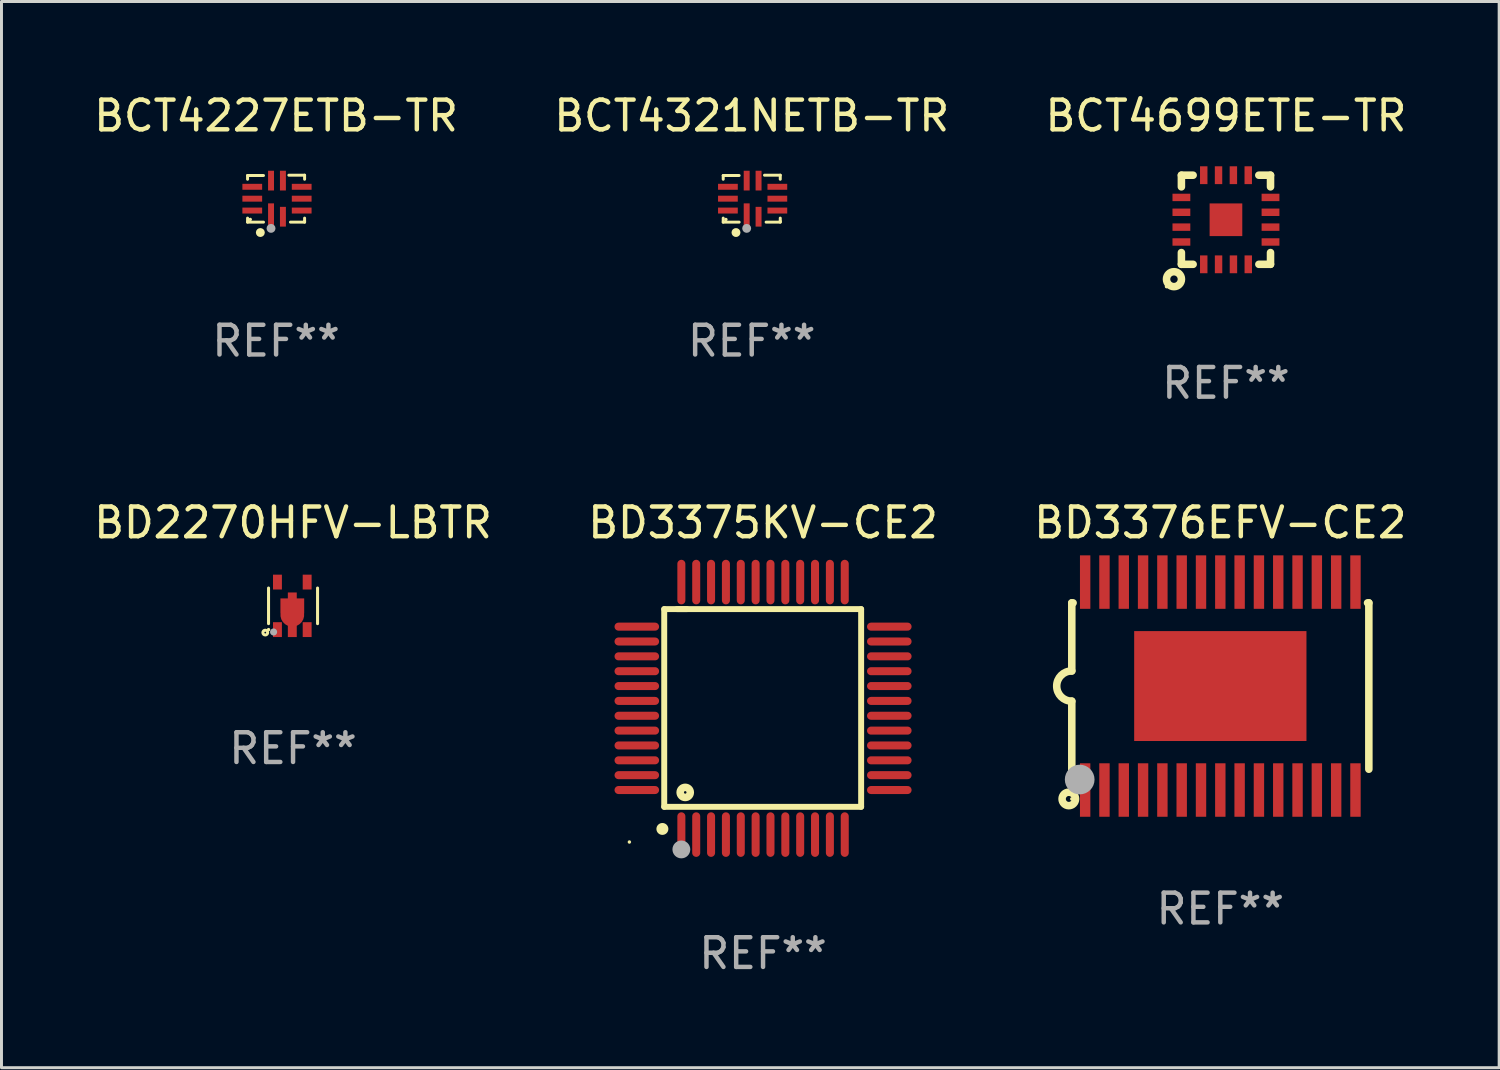
<source format=kicad_pcb>
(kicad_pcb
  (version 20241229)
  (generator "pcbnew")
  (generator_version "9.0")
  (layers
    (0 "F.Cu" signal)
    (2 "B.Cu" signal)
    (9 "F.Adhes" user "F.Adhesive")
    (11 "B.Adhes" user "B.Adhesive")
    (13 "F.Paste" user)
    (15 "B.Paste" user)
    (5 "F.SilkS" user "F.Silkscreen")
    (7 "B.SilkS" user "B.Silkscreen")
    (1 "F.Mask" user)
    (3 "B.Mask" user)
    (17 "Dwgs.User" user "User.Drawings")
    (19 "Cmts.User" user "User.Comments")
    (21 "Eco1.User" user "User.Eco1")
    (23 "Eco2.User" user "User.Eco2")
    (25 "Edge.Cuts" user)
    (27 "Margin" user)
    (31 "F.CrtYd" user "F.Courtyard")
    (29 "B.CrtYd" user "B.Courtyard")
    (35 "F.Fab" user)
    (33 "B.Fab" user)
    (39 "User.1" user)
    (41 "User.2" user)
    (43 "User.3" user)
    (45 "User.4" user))
  (footprint "BCT4321NETB-TR"
    (layer "F.Cu")
    (at 22.256 3.638)
    (property "Reference" "BCT4321NETB-TR" (at 0 -2.79 0) (layer "F.SilkS") (effects (font (size 1 1) (thickness 0.15))))
    (attr through_hole)
    (fp_line (start -0.96 -0.78) (end -0.424 -0.78) (stroke (width 0.1) (type solid)) (layer "F.SilkS"))
    (fp_line (start -0.96 -0.654) (end -0.96 -0.78) (stroke (width 0.1) (type solid)) (layer "F.SilkS"))
    (fp_line (start -0.96 0.79) (end -0.96 0.654) (stroke (width 0.1) (type solid)) (layer "F.SilkS"))
    (fp_line (start -0.424 0.79) (end -0.96 0.79) (stroke (width 0.1) (type solid)) (layer "F.SilkS"))
    (fp_line (start 0.43 -0.79) (end 0.96 -0.79) (stroke (width 0.1) (type solid)) (layer "F.SilkS"))
    (fp_line (start 0.96 -0.79) (end 0.96 -0.654) (stroke (width 0.1) (type solid)) (layer "F.SilkS"))
    (fp_line (start 0.96 0.654) (end 0.96 0.76) (stroke (width 0.1) (type solid)) (layer "F.SilkS"))
    (fp_line (start 0.96 0.76) (end 0.96 0.79) (stroke (width 0.1) (type solid)) (layer "F.SilkS"))
    (fp_line (start 0.96 0.79) (end 0.484 0.79) (stroke (width 0.1) (type solid)) (layer "F.SilkS"))
    (fp_circle (center -0.87 0.7) (end -0.84 0.7) (stroke (width 0.06) (type solid)) (fill no) (layer "F.SilkS"))
    (fp_circle (center -0.53 1.14) (end -0.455 1.14) (stroke (width 0.15) (type solid)) (fill no) (layer "F.SilkS"))
    (fp_circle (center -0.17 1) (end -0.095 1) (stroke (width 0.15) (type solid)) (fill no) (layer "F.Fab"))
    (fp_text user "REF**" (at 0 4.79 0) (layer "F.Fab") (effects (font (size 1 1) (thickness 0.15))))
    (pad "1" smd rect (at -0.17 0.608) (size 0.2 0.9) (layers "F.Cu" "F.Mask" "F.Paste"))
    (pad "2" smd rect (at 0.23 0.608) (size 0.2 0.665) (layers "F.Cu" "F.Mask" "F.Paste"))
    (pad "3" smd rect (at 0.862 0.4) (size 0.665 0.2) (layers "F.Cu" "F.Mask" "F.Paste"))
    (pad "4" smd rect (at 0.862 0) (size 0.665 0.2) (layers "F.Cu" "F.Mask" "F.Paste"))
    (pad "5" smd rect (at 0.862 -0.4) (size 0.665 0.2) (layers "F.Cu" "F.Mask" "F.Paste"))
    (pad "6" smd rect (at 0.23 -0.608) (size 0.2 0.665) (layers "F.Cu" "F.Mask" "F.Paste"))
    (pad "7" smd rect (at -0.17 -0.608) (size 0.2 0.665) (layers "F.Cu" "F.Mask" "F.Paste"))
    (pad "8" smd rect (at -0.802 -0.4) (size 0.665 0.2) (layers "F.Cu" "F.Mask" "F.Paste"))
    (pad "9" smd rect (at -0.802 0) (size 0.665 0.2) (layers "F.Cu" "F.Mask" "F.Paste"))
    (pad "10" smd rect (at -0.802 0.4) (size 0.665 0.2) (layers "F.Cu" "F.Mask" "F.Paste")))
  (footprint "BCT4699ETE-TR"
    (layer "F.Cu")
    (at 38.22 4.348)
    (property "Reference" "BCT4699ETE-TR" (at 0 -3.5 0) (layer "F.SilkS") (effects (font (size 1 1) (thickness 0.15))))
    (attr through_hole)
    (fp_line (start -1.5 -1.5) (end -1.5 -1.108) (stroke (width 0.254) (type solid)) (layer "F.SilkS"))
    (fp_line (start -1.5 -1.5) (end -1.105 -1.5) (stroke (width 0.254) (type solid)) (layer "F.SilkS"))
    (fp_line (start -1.5 1.104) (end -1.5 1.5) (stroke (width 0.254) (type solid)) (layer "F.SilkS"))
    (fp_line (start -1.5 1.5) (end -1.105 1.5) (stroke (width 0.254) (type solid)) (layer "F.SilkS"))
    (fp_line (start 1.106 -1.5) (end 1.5 -1.5) (stroke (width 0.254) (type solid)) (layer "F.SilkS"))
    (fp_line (start 1.108 1.5) (end 1.5 1.5) (stroke (width 0.254) (type solid)) (layer "F.SilkS"))
    (fp_line (start 1.5 -1.108) (end 1.5 -1.5) (stroke (width 0.254) (type solid)) (layer "F.SilkS"))
    (fp_line (start 1.5 1.5) (end 1.5 1.104) (stroke (width 0.254) (type solid)) (layer "F.SilkS"))
    (fp_circle (center -2.002 2.252) (end -1.972 2.252) (stroke (width 0.06) (type solid)) (fill no) (layer "F.SilkS"))
    (fp_circle (center -1.75 2) (end -1.625 2) (stroke (width 0.254) (type solid)) (fill no) (layer "F.SilkS"))
    (fp_text user "REF**" (at 0 5.5 0) (layer "F.Fab") (effects (font (size 1 1) (thickness 0.15))))
    (pad "1" smd rect (at -0.748 1.5 180) (size 0.25 0.6) (layers "F.Cu" "F.Mask" "F.Paste"))
    (pad "2" smd rect (at -0.249 1.5 180) (size 0.25 0.6) (layers "F.Cu" "F.Mask" "F.Paste"))
    (pad "3" smd rect (at 0.252 1.5 180) (size 0.25 0.6) (layers "F.Cu" "F.Mask" "F.Paste"))
    (pad "4" smd rect (at 0.751 1.5 180) (size 0.25 0.6) (layers "F.Cu" "F.Mask" "F.Paste"))
    (pad "5" smd rect (at 1.5 0.748 270) (size 0.25 0.6) (layers "F.Cu" "F.Mask" "F.Paste"))
    (pad "6" smd rect (at 1.5 0.248 270) (size 0.25 0.6) (layers "F.Cu" "F.Mask" "F.Paste"))
    (pad "7" smd rect (at 1.5 -0.252 270) (size 0.25 0.6) (layers "F.Cu" "F.Mask" "F.Paste"))
    (pad "8" smd rect (at 1.5 -0.752 270) (size 0.25 0.6) (layers "F.Cu" "F.Mask" "F.Paste"))
    (pad "9" smd rect (at 0.75 -1.5) (size 0.25 0.6) (layers "F.Cu" "F.Mask" "F.Paste"))
    (pad "10" smd rect (at 0.25 -1.5) (size 0.25 0.6) (layers "F.Cu" "F.Mask" "F.Paste"))
    (pad "11" smd rect (at -0.25 -1.5) (size 0.25 0.6) (layers "F.Cu" "F.Mask" "F.Paste"))
    (pad "12" smd rect (at -0.748 -1.5) (size 0.25 0.6) (layers "F.Cu" "F.Mask" "F.Paste"))
    (pad "13" smd rect (at -1.5 -0.752 90) (size 0.25 0.6) (layers "F.Cu" "F.Mask" "F.Paste"))
    (pad "14" smd rect (at -1.5 -0.252 90) (size 0.25 0.6) (layers "F.Cu" "F.Mask" "F.Paste"))
    (pad "15" smd rect (at -1.5 0.248 90) (size 0.25 0.6) (layers "F.Cu" "F.Mask" "F.Paste"))
    (pad "16" smd rect (at -1.5 0.748 90) (size 0.25 0.6) (layers "F.Cu" "F.Mask" "F.Paste"))
    (pad "17" smd rect (at -0.000191 -0.000051 90) (size 1.1 1.1) (layers "F.Cu" "F.Mask" "F.Paste")))
  (footprint "BCT4227ETB-TR"
    (layer "F.Cu")
    (at 6.244 3.638)
    (property "Reference" "BCT4227ETB-TR" (at 0 -2.79 0) (layer "F.SilkS") (effects (font (size 1 1) (thickness 0.15))))
    (attr through_hole)
    (fp_line (start -0.96 -0.78) (end -0.424 -0.78) (stroke (width 0.1) (type solid)) (layer "F.SilkS"))
    (fp_line (start -0.96 -0.654) (end -0.96 -0.78) (stroke (width 0.1) (type solid)) (layer "F.SilkS"))
    (fp_line (start -0.96 0.79) (end -0.96 0.654) (stroke (width 0.1) (type solid)) (layer "F.SilkS"))
    (fp_line (start -0.424 0.79) (end -0.96 0.79) (stroke (width 0.1) (type solid)) (layer "F.SilkS"))
    (fp_line (start 0.43 -0.79) (end 0.96 -0.79) (stroke (width 0.1) (type solid)) (layer "F.SilkS"))
    (fp_line (start 0.96 -0.79) (end 0.96 -0.654) (stroke (width 0.1) (type solid)) (layer "F.SilkS"))
    (fp_line (start 0.96 0.654) (end 0.96 0.76) (stroke (width 0.1) (type solid)) (layer "F.SilkS"))
    (fp_line (start 0.96 0.76) (end 0.96 0.79) (stroke (width 0.1) (type solid)) (layer "F.SilkS"))
    (fp_line (start 0.96 0.79) (end 0.484 0.79) (stroke (width 0.1) (type solid)) (layer "F.SilkS"))
    (fp_circle (center -0.87 0.7) (end -0.84 0.7) (stroke (width 0.06) (type solid)) (fill no) (layer "F.SilkS"))
    (fp_circle (center -0.53 1.14) (end -0.455 1.14) (stroke (width 0.15) (type solid)) (fill no) (layer "F.SilkS"))
    (fp_circle (center -0.17 1) (end -0.095 1) (stroke (width 0.15) (type solid)) (fill no) (layer "F.Fab"))
    (fp_text user "REF**" (at 0 4.79 0) (layer "F.Fab") (effects (font (size 1 1) (thickness 0.15))))
    (pad "1" smd rect (at -0.17 0.608) (size 0.2 0.9) (layers "F.Cu" "F.Mask" "F.Paste"))
    (pad "2" smd rect (at 0.23 0.608) (size 0.2 0.665) (layers "F.Cu" "F.Mask" "F.Paste"))
    (pad "3" smd rect (at 0.862 0.4) (size 0.665 0.2) (layers "F.Cu" "F.Mask" "F.Paste"))
    (pad "4" smd rect (at 0.862 0) (size 0.665 0.2) (layers "F.Cu" "F.Mask" "F.Paste"))
    (pad "5" smd rect (at 0.862 -0.4) (size 0.665 0.2) (layers "F.Cu" "F.Mask" "F.Paste"))
    (pad "6" smd rect (at 0.23 -0.608) (size 0.2 0.665) (layers "F.Cu" "F.Mask" "F.Paste"))
    (pad "7" smd rect (at -0.17 -0.608) (size 0.2 0.665) (layers "F.Cu" "F.Mask" "F.Paste"))
    (pad "8" smd rect (at -0.802 -0.4) (size 0.665 0.2) (layers "F.Cu" "F.Mask" "F.Paste"))
    (pad "9" smd rect (at -0.802 0) (size 0.665 0.2) (layers "F.Cu" "F.Mask" "F.Paste"))
    (pad "10" smd rect (at -0.802 0.4) (size 0.665 0.2) (layers "F.Cu" "F.Mask" "F.Paste")))
  (footprint "BD3376EFV-CE2"
    (layer "F.Cu")
    (at 38.03 20.045)
    (property "Reference" "BD3376EFV-CE2" (at 0 -5.5 0) (layer "F.SilkS") (effects (font (size 1 1) (thickness 0.15))))
    (attr through_hole)
    (fp_line (start -5 -2.8) (end -5 -0.508) (stroke (width 0.254) (type solid)) (layer "F.SilkS"))
    (fp_line (start -5 -2.8) (end -4.956 -2.8) (stroke (width 0.254) (type solid)) (layer "F.SilkS"))
    (fp_line (start -5 2.8) (end -5 0.508) (stroke (width 0.254) (type solid)) (layer "F.SilkS"))
    (fp_line (start -5 2.8) (end -4.956 2.8) (stroke (width 0.254) (type solid)) (layer "F.SilkS"))
    (fp_line (start 4.956 -2.8) (end 5 -2.8) (stroke (width 0.254) (type solid)) (layer "F.SilkS"))
    (fp_line (start 5 -2.8) (end 5 2.8) (stroke (width 0.254) (type solid)) (layer "F.SilkS"))
    (fp_arc (start -5 0.507874) (mid -5.50762 -0.000318) (end -4.999619 -0.508128) (stroke (width 0.254001) (type solid)) (layer "F.SilkS"))
    (fp_circle (center -5.1 3.8) (end -5 3.8) (stroke (width 0.254) (type solid)) (fill no) (layer "F.SilkS"))
    (fp_circle (center -5 3.8) (end -4.97 3.8) (stroke (width 0.06) (type solid)) (fill no) (layer "F.SilkS"))
    (fp_circle (center -4.734 3.147) (end -4.484 3.147) (stroke (width 0.5) (type solid)) (fill no) (layer "F.Fab"))
    (fp_text user "REF**" (at 0 7.5 0) (layer "F.Fab") (effects (font (size 1 1) (thickness 0.15))))
    (pad "1" smd rect (at -4.55 3.5) (size 0.35 1.8) (layers "F.Cu" "F.Mask" "F.Paste"))
    (pad "2" smd rect (at -3.9 3.5) (size 0.35 1.8) (layers "F.Cu" "F.Mask" "F.Paste"))
    (pad "3" smd rect (at -3.25 3.5) (size 0.35 1.8) (layers "F.Cu" "F.Mask" "F.Paste"))
    (pad "4" smd rect (at -2.6 3.5) (size 0.35 1.8) (layers "F.Cu" "F.Mask" "F.Paste"))
    (pad "5" smd rect (at -1.95 3.5) (size 0.35 1.8) (layers "F.Cu" "F.Mask" "F.Paste"))
    (pad "6" smd rect (at -1.3 3.5) (size 0.35 1.8) (layers "F.Cu" "F.Mask" "F.Paste"))
    (pad "7" smd rect (at -0.65 3.5) (size 0.35 1.8) (layers "F.Cu" "F.Mask" "F.Paste"))
    (pad "8" smd rect (at -0.000127 3.5) (size 0.35 1.8) (layers "F.Cu" "F.Mask" "F.Paste"))
    (pad "9" smd rect (at 0.65 3.5) (size 0.35 1.8) (layers "F.Cu" "F.Mask" "F.Paste"))
    (pad "10" smd rect (at 1.3 3.5) (size 0.35 1.8) (layers "F.Cu" "F.Mask" "F.Paste"))
    (pad "11" smd rect (at 1.95 3.5) (size 0.35 1.8) (layers "F.Cu" "F.Mask" "F.Paste"))
    (pad "12" smd rect (at 2.6 3.5) (size 0.35 1.8) (layers "F.Cu" "F.Mask" "F.Paste"))
    (pad "13" smd rect (at 3.25 3.5) (size 0.35 1.8) (layers "F.Cu" "F.Mask" "F.Paste"))
    (pad "14" smd rect (at 3.9 3.5) (size 0.35 1.8) (layers "F.Cu" "F.Mask" "F.Paste"))
    (pad "15" smd rect (at 4.55 3.5) (size 0.35 1.8) (layers "F.Cu" "F.Mask" "F.Paste"))
    (pad "16" smd rect (at 4.55 -3.5) (size 0.35 1.8) (layers "F.Cu" "F.Mask" "F.Paste"))
    (pad "17" smd rect (at 3.9 -3.5) (size 0.35 1.8) (layers "F.Cu" "F.Mask" "F.Paste"))
    (pad "18" smd rect (at 3.25 -3.5) (size 0.35 1.8) (layers "F.Cu" "F.Mask" "F.Paste"))
    (pad "19" smd rect (at 2.6 -3.5) (size 0.35 1.8) (layers "F.Cu" "F.Mask" "F.Paste"))
    (pad "20" smd rect (at 1.95 -3.5) (size 0.35 1.8) (layers "F.Cu" "F.Mask" "F.Paste"))
    (pad "21" smd rect (at 1.3 -3.5) (size 0.35 1.8) (layers "F.Cu" "F.Mask" "F.Paste"))
    (pad "22" smd rect (at 0.65 -3.5) (size 0.35 1.8) (layers "F.Cu" "F.Mask" "F.Paste"))
    (pad "23" smd rect (at -0.000127 -3.5) (size 0.35 1.8) (layers "F.Cu" "F.Mask" "F.Paste"))
    (pad "24" smd rect (at -0.65 -3.5) (size 0.35 1.8) (layers "F.Cu" "F.Mask" "F.Paste"))
    (pad "25" smd rect (at -1.3 -3.5) (size 0.35 1.8) (layers "F.Cu" "F.Mask" "F.Paste"))
    (pad "26" smd rect (at -1.95 -3.5) (size 0.35 1.8) (layers "F.Cu" "F.Mask" "F.Paste"))
    (pad "27" smd rect (at -2.6 -3.5) (size 0.35 1.8) (layers "F.Cu" "F.Mask" "F.Paste"))
    (pad "28" smd rect (at -3.25 -3.5) (size 0.35 1.8) (layers "F.Cu" "F.Mask" "F.Paste"))
    (pad "29" smd rect (at -3.9 -3.5) (size 0.35 1.8) (layers "F.Cu" "F.Mask" "F.Paste"))
    (pad "30" smd rect (at -4.55 -3.5) (size 0.35 1.8) (layers "F.Cu" "F.Mask" "F.Paste"))
    (pad "31" smd rect (at 0.000127 -0.000127 90) (size 3.7 5.8) (layers "F.Cu" "F.Mask" "F.Paste")))
  (footprint "BD2270HFV-LBTR"
    (layer "F.Cu")
    (at 6.815 17.345)
    (property "Reference" "BD2270HFV-LBTR" (at 0 -2.8 0) (layer "F.SilkS") (effects (font (size 1 1) (thickness 0.15))))
    (attr through_hole)
    (fp_line (start -0.825 -0.6) (end -0.825 0.6) (stroke (width 0.102) (type solid)) (layer "F.SilkS"))
    (fp_line (start 0.825 -0.6) (end 0.825 0.6) (stroke (width 0.102) (type solid)) (layer "F.SilkS"))
    (fp_circle (center -0.935 0.9) (end -0.855 0.9) (stroke (width 0.102) (type solid)) (fill no) (layer "F.SilkS"))
    (fp_circle (center -0.825 0.8) (end -0.795 0.8) (stroke (width 0.06) (type solid)) (fill no) (layer "F.SilkS"))
    (fp_circle (center -0.655 0.88) (end -0.595 0.88) (stroke (width 0.12) (type solid)) (fill no) (layer "F.Fab"))
    (fp_text user "REF**" (at 0 4.8 0) (layer "F.Fab") (effects (font (size 1 1) (thickness 0.15))))
    (pad "1" smd rect (at -0.525 0.8) (size 0.3 0.5) (layers "F.Cu" "F.Mask" "F.Paste"))
    (pad "2" smd custom (at -0.025 0.3) (size 0.8 1.5) (layers "F.Cu" "F.Mask" "F.Paste") (options (anchor circle)) (primitives (gr_poly (pts (xy -0.15 -0.75) (xy 0.15 -0.75) (xy 0.15 -0.55) (xy 0.4 -0.55) (xy 0.4 -0.05) (xy 0.15 -0.05) (xy 0.15 0.75) (xy -0.15 0.75) (xy -0.15 -0.05) (xy -0.4 -0.05) (xy -0.4 -0.05) (xy -0.4 -0.55) (xy -0.4 -0.55) (xy -0.15 -0.55) (xy -0.15 -0.75)) (width 0) (fill yes))))
    (pad "3" smd rect (at 0.475 0.8) (size 0.3 0.5) (layers "F.Cu" "F.Mask" "F.Paste"))
    (pad "4" smd rect (at 0.475 -0.8) (size 0.3 0.5) (layers "F.Cu" "F.Mask" "F.Paste"))
    (pad "5" smd rect (at -0.525 -0.8) (size 0.3 0.5) (layers "F.Cu" "F.Mask" "F.Paste")))
  (footprint "BD3375KV-CE2"
    (layer "F.Cu")
    (at 22.637 20.795)
    (property "Reference" "BD3375KV-CE2" (at 0 -6.25 0) (layer "F.SilkS") (effects (font (size 1 1) (thickness 0.15))))
    (attr through_hole)
    (fp_line (start -3.327 -3.34) (end -2.565 -3.34) (stroke (width 0.2) (type solid)) (layer "F.SilkS"))
    (fp_line (start -3.327 3.315) (end -3.327 -3.34) (stroke (width 0.2) (type solid)) (layer "F.SilkS"))
    (fp_line (start -2.896 -3.34) (end 3.302 -3.34) (stroke (width 0.2) (type solid)) (layer "F.SilkS"))
    (fp_line (start 3.302 -3.34) (end 3.302 3.315) (stroke (width 0.2) (type solid)) (layer "F.SilkS"))
    (fp_line (start 3.302 3.315) (end -3.327 3.315) (stroke (width 0.2) (type solid)) (layer "F.SilkS"))
    (fp_arc (start -3.389992 4.059995) (mid -3.388722 4.059991) (end -3.387452 4.059995) (stroke (width 0.4) (type solid)) (layer "F.SilkS"))
    (fp_circle (center -4.5 4.5) (end -4.47 4.5) (stroke (width 0.06) (type solid)) (fill no) (layer "F.SilkS"))
    (fp_circle (center -2.62 2.83) (end -2.45 2.83) (stroke (width 0.254) (type solid)) (fill no) (layer "F.SilkS"))
    (fp_circle (center -2.75 4.75) (end -2.6 4.75) (stroke (width 0.3) (type solid)) (fill no) (layer "F.Fab"))
    (fp_text user "REF**" (at 0 8.25 0) (layer "F.Fab") (effects (font (size 1 1) (thickness 0.15))))
    (pad "1" smd oval (at -2.75 4.25) (size 0.27 1.5) (layers "F.Cu" "F.Mask" "F.Paste"))
    (pad "2" smd oval (at -2.25 4.25) (size 0.27 1.5) (layers "F.Cu" "F.Mask" "F.Paste"))
    (pad "3" smd oval (at -1.75 4.25) (size 0.27 1.5) (layers "F.Cu" "F.Mask" "F.Paste"))
    (pad "4" smd oval (at -1.25 4.25) (size 0.27 1.5) (layers "F.Cu" "F.Mask" "F.Paste"))
    (pad "5" smd oval (at -0.75 4.25) (size 0.27 1.5) (layers "F.Cu" "F.Mask" "F.Paste"))
    (pad "6" smd oval (at -0.25 4.25) (size 0.27 1.5) (layers "F.Cu" "F.Mask" "F.Paste"))
    (pad "7" smd oval (at 0.25 4.25) (size 0.27 1.5) (layers "F.Cu" "F.Mask" "F.Paste"))
    (pad "8" smd oval (at 0.75 4.25) (size 0.27 1.5) (layers "F.Cu" "F.Mask" "F.Paste"))
    (pad "9" smd oval (at 1.25 4.25) (size 0.27 1.5) (layers "F.Cu" "F.Mask" "F.Paste"))
    (pad "10" smd oval (at 1.75 4.25) (size 0.27 1.5) (layers "F.Cu" "F.Mask" "F.Paste"))
    (pad "11" smd oval (at 2.25 4.25) (size 0.27 1.5) (layers "F.Cu" "F.Mask" "F.Paste"))
    (pad "12" smd oval (at 2.75 4.25) (size 0.27 1.5) (layers "F.Cu" "F.Mask" "F.Paste"))
    (pad "13" smd oval (at 4.25 2.75) (size 1.5 0.27) (layers "F.Cu" "F.Mask" "F.Paste"))
    (pad "14" smd oval (at 4.25 2.25) (size 1.5 0.27) (layers "F.Cu" "F.Mask" "F.Paste"))
    (pad "15" smd oval (at 4.25 1.75) (size 1.5 0.27) (layers "F.Cu" "F.Mask" "F.Paste"))
    (pad "16" smd oval (at 4.25 1.25) (size 1.5 0.27) (layers "F.Cu" "F.Mask" "F.Paste"))
    (pad "17" smd oval (at 4.25 0.75) (size 1.5 0.27) (layers "F.Cu" "F.Mask" "F.Paste"))
    (pad "18" smd oval (at 4.25 0.25) (size 1.5 0.27) (layers "F.Cu" "F.Mask" "F.Paste"))
    (pad "19" smd oval (at 4.25 -0.25) (size 1.5 0.27) (layers "F.Cu" "F.Mask" "F.Paste"))
    (pad "20" smd oval (at 4.25 -0.75) (size 1.5 0.27) (layers "F.Cu" "F.Mask" "F.Paste"))
    (pad "21" smd oval (at 4.25 -1.25) (size 1.5 0.27) (layers "F.Cu" "F.Mask" "F.Paste"))
    (pad "22" smd oval (at 4.25 -1.75) (size 1.5 0.27) (layers "F.Cu" "F.Mask" "F.Paste"))
    (pad "23" smd oval (at 4.25 -2.25) (size 1.5 0.27) (layers "F.Cu" "F.Mask" "F.Paste"))
    (pad "24" smd oval (at 4.25 -2.75) (size 1.5 0.27) (layers "F.Cu" "F.Mask" "F.Paste"))
    (pad "25" smd oval (at 2.75 -4.25) (size 0.27 1.5) (layers "F.Cu" "F.Mask" "F.Paste"))
    (pad "26" smd oval (at 2.25 -4.25) (size 0.27 1.5) (layers "F.Cu" "F.Mask" "F.Paste"))
    (pad "27" smd oval (at 1.75 -4.25) (size 0.27 1.5) (layers "F.Cu" "F.Mask" "F.Paste"))
    (pad "28" smd oval (at 1.25 -4.25) (size 0.27 1.5) (layers "F.Cu" "F.Mask" "F.Paste"))
    (pad "29" smd oval (at 0.75 -4.25) (size 0.27 1.5) (layers "F.Cu" "F.Mask" "F.Paste"))
    (pad "30" smd oval (at 0.25 -4.25) (size 0.27 1.5) (layers "F.Cu" "F.Mask" "F.Paste"))
    (pad "31" smd oval (at -0.25 -4.25) (size 0.27 1.5) (layers "F.Cu" "F.Mask" "F.Paste"))
    (pad "32" smd oval (at -0.75 -4.25) (size 0.27 1.5) (layers "F.Cu" "F.Mask" "F.Paste"))
    (pad "33" smd oval (at -1.25 -4.25) (size 0.27 1.5) (layers "F.Cu" "F.Mask" "F.Paste"))
    (pad "34" smd oval (at -1.75 -4.25) (size 0.27 1.5) (layers "F.Cu" "F.Mask" "F.Paste"))
    (pad "35" smd oval (at -2.25 -4.25) (size 0.27 1.5) (layers "F.Cu" "F.Mask" "F.Paste"))
    (pad "36" smd oval (at -2.75 -4.25) (size 0.27 1.5) (layers "F.Cu" "F.Mask" "F.Paste"))
    (pad "37" smd oval (at -4.25 -2.75) (size 1.5 0.27) (layers "F.Cu" "F.Mask" "F.Paste"))
    (pad "38" smd oval (at -4.25 -2.25) (size 1.5 0.27) (layers "F.Cu" "F.Mask" "F.Paste"))
    (pad "39" smd oval (at -4.25 -1.75) (size 1.5 0.27) (layers "F.Cu" "F.Mask" "F.Paste"))
    (pad "40" smd oval (at -4.25 -1.25) (size 1.5 0.27) (layers "F.Cu" "F.Mask" "F.Paste"))
    (pad "41" smd oval (at -4.25 -0.75) (size 1.5 0.27) (layers "F.Cu" "F.Mask" "F.Paste"))
    (pad "42" smd oval (at -4.25 -0.25) (size 1.5 0.27) (layers "F.Cu" "F.Mask" "F.Paste"))
    (pad "43" smd oval (at -4.25 0.25) (size 1.5 0.27) (layers "F.Cu" "F.Mask" "F.Paste"))
    (pad "44" smd oval (at -4.25 0.75) (size 1.5 0.27) (layers "F.Cu" "F.Mask" "F.Paste"))
    (pad "45" smd oval (at -4.25 1.25) (size 1.5 0.27) (layers "F.Cu" "F.Mask" "F.Paste"))
    (pad "46" smd oval (at -4.25 1.75) (size 1.5 0.27) (layers "F.Cu" "F.Mask" "F.Paste"))
    (pad "47" smd oval (at -4.25 2.25) (size 1.5 0.27) (layers "F.Cu" "F.Mask" "F.Paste"))
    (pad "48" smd oval (at -4.25 2.75) (size 1.5 0.27) (layers "F.Cu" "F.Mask" "F.Paste")))
  (gr_rect
    (start -3 -3)
    (end 47.417 32.893)
    (stroke (width 0.1) (type default))
    (fill no)
    (layer "Edge.Cuts")))
</source>
